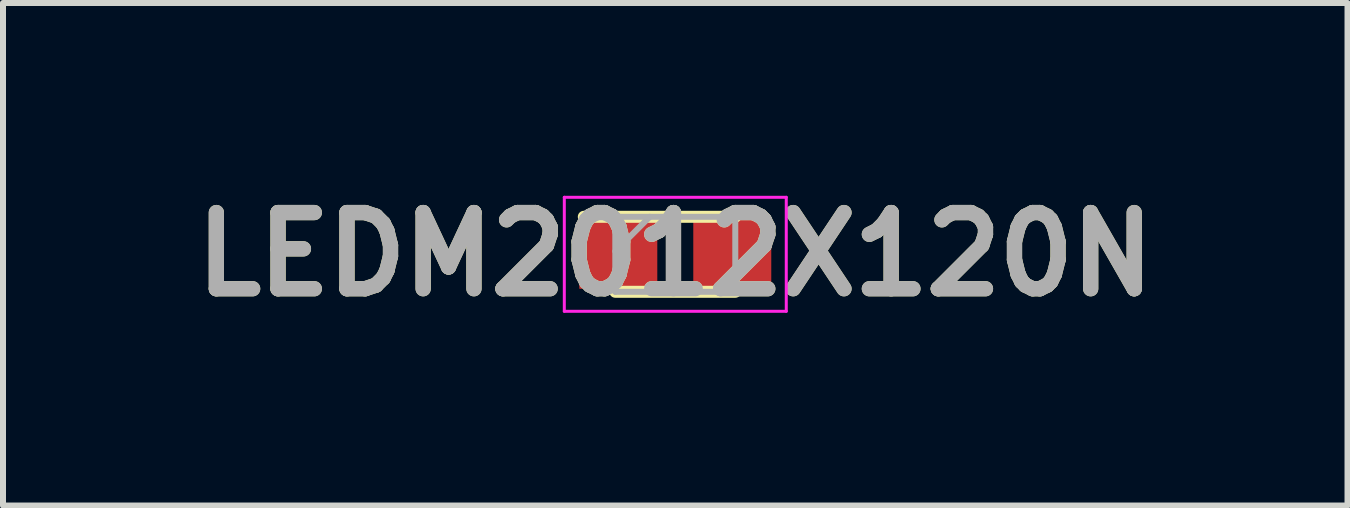
<source format=kicad_pcb>
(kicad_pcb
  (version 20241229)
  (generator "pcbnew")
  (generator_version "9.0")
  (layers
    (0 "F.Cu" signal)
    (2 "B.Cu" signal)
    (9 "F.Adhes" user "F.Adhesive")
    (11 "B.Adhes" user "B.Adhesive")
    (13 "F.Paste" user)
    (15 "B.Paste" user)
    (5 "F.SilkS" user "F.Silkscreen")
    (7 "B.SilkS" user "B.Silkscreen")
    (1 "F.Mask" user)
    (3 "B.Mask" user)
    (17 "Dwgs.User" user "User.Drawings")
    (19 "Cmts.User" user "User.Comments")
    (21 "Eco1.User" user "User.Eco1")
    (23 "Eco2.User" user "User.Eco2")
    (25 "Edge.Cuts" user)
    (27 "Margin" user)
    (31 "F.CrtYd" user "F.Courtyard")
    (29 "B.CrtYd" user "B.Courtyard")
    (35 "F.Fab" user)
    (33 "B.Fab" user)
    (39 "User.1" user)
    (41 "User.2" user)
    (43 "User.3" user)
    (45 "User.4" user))
  (footprint "LEDM2012X120N"
    (layer "F.Cu")
    (at 8.207 1.189)
    (property "Reference" "LEDM2012X120N" (at 0 0 0) (layer "F.SilkS") (effects (font (size 1.27 1.27) (thickness 0.254))))
    (attr smd)
    (fp_line (start -1 0.625) (end 1 0.625) (stroke (width 0.2) (type solid)) (layer "F.SilkS"))
    (fp_line (start 1 -0.625) (end -1.525 -0.625) (stroke (width 0.2) (type solid)) (layer "F.SilkS"))
    (fp_line (start -1.85 -0.95) (end 1.85 -0.95) (stroke (width 0.05) (type solid)) (layer "F.CrtYd"))
    (fp_line (start -1.85 0.95) (end -1.85 -0.95) (stroke (width 0.05) (type solid)) (layer "F.CrtYd"))
    (fp_line (start 1.85 -0.95) (end 1.85 0.95) (stroke (width 0.05) (type solid)) (layer "F.CrtYd"))
    (fp_line (start 1.85 0.95) (end -1.85 0.95) (stroke (width 0.05) (type solid)) (layer "F.CrtYd"))
    (fp_line (start -1 -0.625) (end 1 -0.625) (stroke (width 0.1) (type solid)) (layer "F.Fab"))
    (fp_line (start -1 -0.05) (end -0.425 -0.625) (stroke (width 0.1) (type solid)) (layer "F.Fab"))
    (fp_line (start -1 0.625) (end -1 -0.625) (stroke (width 0.1) (type solid)) (layer "F.Fab"))
    (fp_line (start 1 -0.625) (end 1 0.625) (stroke (width 0.1) (type solid)) (layer "F.Fab"))
    (fp_line (start 1 0.625) (end -1 0.625) (stroke (width 0.1) (type solid)) (layer "F.Fab"))
    (fp_text user "${REFERENCE}" (at 0 0 0) (layer "F.Fab") (effects (font (size 1.27 1.27) (thickness 0.254))))
    (pad "1" smd rect (at -0.95 0 90) (size 1.15 1.3) (layers "F.Cu" "F.Mask" "F.Paste"))
    (pad "2" smd rect (at 0.95 0 90) (size 1.15 1.3) (layers "F.Cu" "F.Mask" "F.Paste")))
  (gr_rect
    (start -3 -3)
    (end 19.413 5.377)
    (stroke (width 0.1) (type default))
    (fill no)
    (layer "Edge.Cuts")))
</source>
